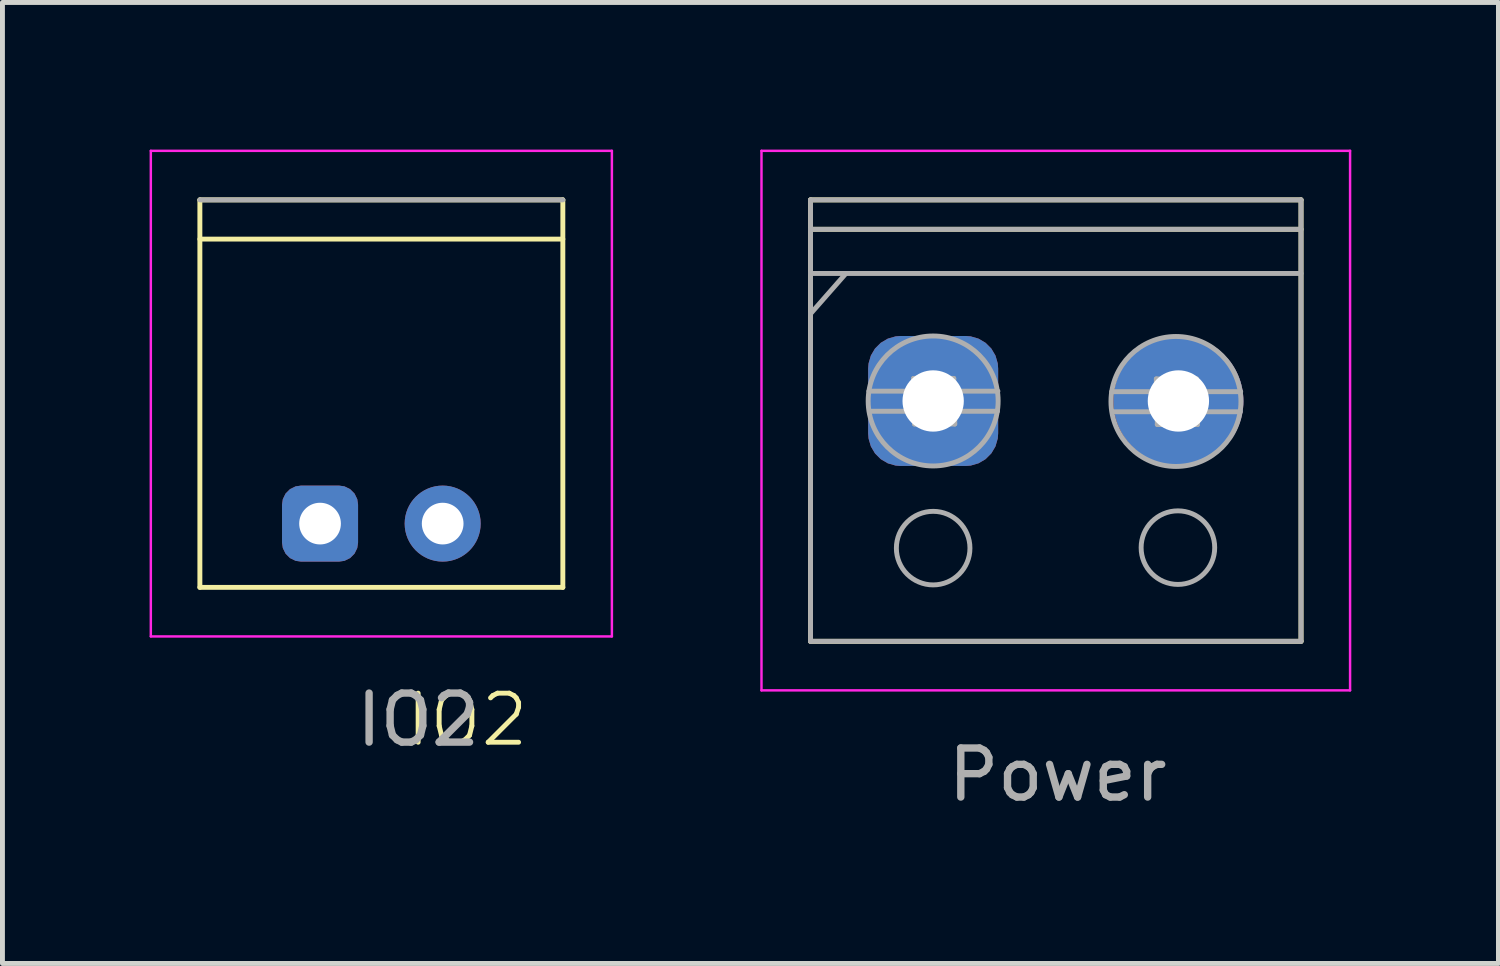
<source format=kicad_pcb>
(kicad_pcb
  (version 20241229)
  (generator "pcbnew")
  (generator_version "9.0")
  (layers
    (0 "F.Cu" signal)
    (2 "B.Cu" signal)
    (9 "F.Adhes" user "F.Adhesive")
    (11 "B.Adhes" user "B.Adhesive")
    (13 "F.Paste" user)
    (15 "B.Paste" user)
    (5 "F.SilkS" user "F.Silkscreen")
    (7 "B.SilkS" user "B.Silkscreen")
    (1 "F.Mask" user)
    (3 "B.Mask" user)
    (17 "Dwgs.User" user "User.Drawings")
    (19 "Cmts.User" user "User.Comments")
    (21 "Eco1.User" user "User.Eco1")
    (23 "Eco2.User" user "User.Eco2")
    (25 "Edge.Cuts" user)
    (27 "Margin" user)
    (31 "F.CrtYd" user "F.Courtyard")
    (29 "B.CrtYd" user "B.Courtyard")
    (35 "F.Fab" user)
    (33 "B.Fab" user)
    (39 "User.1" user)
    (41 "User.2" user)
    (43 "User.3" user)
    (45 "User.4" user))
  (footprint "IO2"
    (layer "F.Cu")
    (at 3.475 7.625)
    (property "Reference" "IO2" (at 3 4 0) (unlocked yes) (layer "F.SilkS") (effects (font (size 1 1) (thickness 0.1))))
    (attr through_hole)
    (fp_line (start -2.45 -6.6) (end -2.45 1.3) (stroke (width 0.1) (type default)) (layer "F.SilkS"))
    (fp_line (start -2.45 -6.6) (end 4.95 -6.6) (stroke (width 0.1) (type default)) (layer "F.SilkS"))
    (fp_line (start -2.45 -5.8) (end 4.95 -5.8) (stroke (width 0.1) (type default)) (layer "F.SilkS"))
    (fp_line (start -2.45 1.3) (end 4.95 1.3) (stroke (width 0.1) (type default)) (layer "F.SilkS"))
    (fp_line (start 4.95 -6.6) (end 4.95 1.3) (stroke (width 0.1) (type default)) (layer "F.SilkS"))
    (fp_line (start -3.45 -7.6) (end -3.45 2.3) (stroke (width 0.05) (type default)) (layer "F.CrtYd"))
    (fp_line (start -3.45 -7.6) (end 5.95 -7.6) (stroke (width 0.05) (type default)) (layer "F.CrtYd"))
    (fp_line (start -3.45 2.3) (end 5.95 2.3) (stroke (width 0.05) (type default)) (layer "F.CrtYd"))
    (fp_line (start 5.95 -7.6) (end 5.95 2.3) (stroke (width 0.05) (type default)) (layer "F.CrtYd"))
    (fp_line (start -2.45 -6.6) (end 4.95 -6.6) (stroke (width 0.1) (type default)) (layer "F.Fab"))
    (fp_text user "${REFERENCE}" (at 2 4 0) (unlocked yes) (layer "F.Fab") (effects (font (size 1 1) (thickness 0.15))))
    (pad "1" thru_hole roundrect (at 0 0) (size 1.55 1.55) (drill 0.85) (layers "*.Cu" "*.Mask") (roundrect_rratio 0.25))
    (pad "2" thru_hole circle (at 2.5 0) (size 1.55 1.55) (drill 0.85) (layers "*.Cu" "*.Mask")))
  (footprint "Power"
    (layer "F.Cu")
    (at 15.975 5.125)
    (property "Reference" "Power" (at 2.54 7.62 0) (unlocked yes) (layer "F.SilkS") (effects (font (size 1 1) (thickness 0.1))))
    (attr through_hole)
    (fp_line (start -2.5 -4.1) (end -2.5 4.9) (stroke (width 0.1) (type default)) (layer "F.SilkS"))
    (fp_line (start -2.5 -4.1) (end 7.5 -4.1) (stroke (width 0.1) (type default)) (layer "F.SilkS"))
    (fp_line (start -2.5 -3.5) (end 7.5 -3.5) (stroke (width 0.1) (type default)) (layer "F.SilkS"))
    (fp_line (start -2.5 4.9) (end 7.5 4.9) (stroke (width 0.1) (type default)) (layer "F.SilkS"))
    (fp_line (start 7.5 -4.1) (end 7.5 4.9) (stroke (width 0.1) (type default)) (layer "F.SilkS"))
    (fp_line (start -3.5 -5.1) (end -3.5 5.9) (stroke (width 0.05) (type default)) (layer "F.CrtYd"))
    (fp_line (start -3.5 -5.1) (end 8.5 -5.1) (stroke (width 0.05) (type default)) (layer "F.CrtYd"))
    (fp_line (start 8.5 -5.1) (end 8.5 5.9) (stroke (width 0.05) (type default)) (layer "F.CrtYd"))
    (fp_line (start 8.5 5.9) (end -3.5 5.9) (stroke (width 0.05) (type default)) (layer "F.CrtYd"))
    (fp_line (start -2.5 -4.1) (end -2.5 4.9) (stroke (width 0.1) (type default)) (layer "F.Fab"))
    (fp_line (start -2.5 -4.1) (end 7.5 -4.1) (stroke (width 0.1) (type default)) (layer "F.Fab"))
    (fp_line (start -2.5 -3.5) (end 7.5 -3.5) (stroke (width 0.1) (type default)) (layer "F.Fab"))
    (fp_line (start -2.5 -2.6) (end 7.5 -2.6) (stroke (width 0.1) (type default)) (layer "F.Fab"))
    (fp_line (start -2.5 -1.778) (end -1.778 -2.6) (stroke (width 0.1) (type default)) (layer "F.Fab"))
    (fp_line (start -2.5 4.9) (end 7.5 4.9) (stroke (width 0.1) (type default)) (layer "F.Fab"))
    (fp_line (start -1.31 -0.2) (end -0.4 -0.2) (stroke (width 0.1) (type default)) (layer "F.Fab"))
    (fp_line (start -1.285 0.21) (end -0.375 0.21) (stroke (width 0.1) (type default)) (layer "F.Fab"))
    (fp_line (start -0.4 -0.46) (end 0.42 -0.46) (stroke (width 0.1) (type default)) (layer "F.Fab"))
    (fp_line (start -0.4 -0.2) (end -0.4 -0.46) (stroke (width 0.1) (type default)) (layer "F.Fab"))
    (fp_line (start -0.38 0.47) (end -0.38 0.21) (stroke (width 0.1) (type default)) (layer "F.Fab"))
    (fp_line (start -0.38 0.47) (end 0.44 0.47) (stroke (width 0.1) (type default)) (layer "F.Fab"))
    (fp_line (start 0.42 -0.46) (end 0.42 -0.2) (stroke (width 0.1) (type default)) (layer "F.Fab"))
    (fp_line (start 0.42 -0.2) (end 1.32 -0.2) (stroke (width 0.1) (type default)) (layer "F.Fab"))
    (fp_line (start 0.44 0.21) (end 0.44 0.47) (stroke (width 0.1) (type default)) (layer "F.Fab"))
    (fp_line (start 0.44 0.21) (end 1.31 0.21) (stroke (width 0.1) (type default)) (layer "F.Fab"))
    (fp_line (start 3.64 -0.19) (end 4.55 -0.19) (stroke (width 0.1) (type default)) (layer "F.Fab"))
    (fp_line (start 3.665 0.22) (end 4.575 0.22) (stroke (width 0.1) (type default)) (layer "F.Fab"))
    (fp_line (start 4.55 -0.45) (end 5.37 -0.45) (stroke (width 0.1) (type default)) (layer "F.Fab"))
    (fp_line (start 4.55 -0.19) (end 4.55 -0.45) (stroke (width 0.1) (type default)) (layer "F.Fab"))
    (fp_line (start 4.57 0.48) (end 4.57 0.22) (stroke (width 0.1) (type default)) (layer "F.Fab"))
    (fp_line (start 4.57 0.48) (end 5.39 0.48) (stroke (width 0.1) (type default)) (layer "F.Fab"))
    (fp_line (start 5.37 -0.45) (end 5.37 -0.19) (stroke (width 0.1) (type default)) (layer "F.Fab"))
    (fp_line (start 5.37 -0.19) (end 6.27 -0.19) (stroke (width 0.1) (type default)) (layer "F.Fab"))
    (fp_line (start 5.39 0.22) (end 5.39 0.48) (stroke (width 0.1) (type default)) (layer "F.Fab"))
    (fp_line (start 5.39 0.22) (end 6.26 0.22) (stroke (width 0.1) (type default)) (layer "F.Fab"))
    (fp_line (start 7.5 -4.1) (end 7.5 4.9) (stroke (width 0.1) (type default)) (layer "F.Fab"))
    (fp_circle (center 0 0) (end 1.325 0) (stroke (width 0.1) (type default)) (fill no) (layer "F.Fab"))
    (fp_circle (center 0 3) (end 0.75 3) (stroke (width 0.1) (type default)) (fill no) (layer "F.Fab"))
    (fp_circle (center 4.95 0.01) (end 6.275 0.01) (stroke (width 0.1) (type default)) (fill no) (layer "F.Fab"))
    (fp_circle (center 4.99 2.99) (end 5.74 2.99) (stroke (width 0.1) (type default)) (fill no) (layer "F.Fab"))
    (fp_text user "${REFERENCE}" (at 2.54 7.62 0) (unlocked yes) (layer "F.Fab") (effects (font (size 1 1) (thickness 0.15))))
    (pad "1" thru_hole roundrect (at 0 0) (size 2.65 2.65) (drill 1.25) (layers "*.Cu" "*.Mask") (roundrect_rratio 0.25))
    (pad "2" thru_hole circle (at 5 0) (size 2.65 2.65) (drill 1.25) (layers "*.Cu" "*.Mask")))
  (gr_rect
    (start -3 -3)
    (end 27.5 16.593)
    (stroke (width 0.1) (type default))
    (fill no)
    (layer "Edge.Cuts")))
</source>
